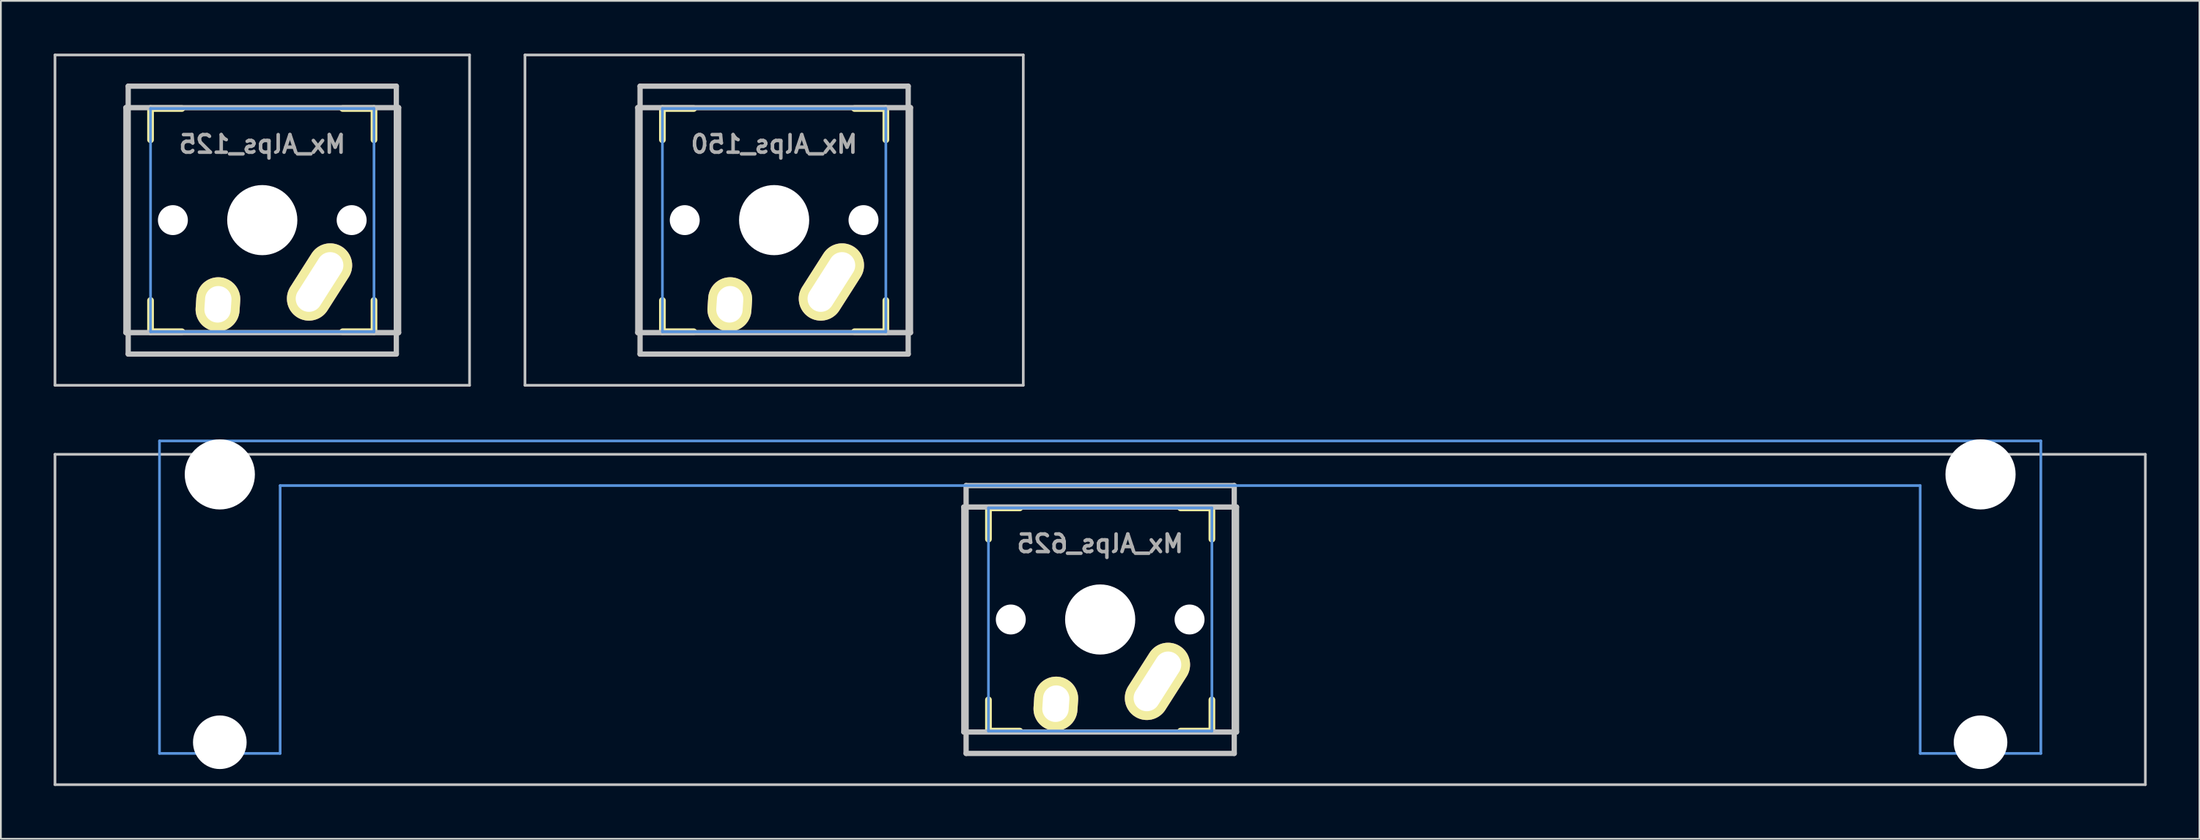
<source format=kicad_pcb>
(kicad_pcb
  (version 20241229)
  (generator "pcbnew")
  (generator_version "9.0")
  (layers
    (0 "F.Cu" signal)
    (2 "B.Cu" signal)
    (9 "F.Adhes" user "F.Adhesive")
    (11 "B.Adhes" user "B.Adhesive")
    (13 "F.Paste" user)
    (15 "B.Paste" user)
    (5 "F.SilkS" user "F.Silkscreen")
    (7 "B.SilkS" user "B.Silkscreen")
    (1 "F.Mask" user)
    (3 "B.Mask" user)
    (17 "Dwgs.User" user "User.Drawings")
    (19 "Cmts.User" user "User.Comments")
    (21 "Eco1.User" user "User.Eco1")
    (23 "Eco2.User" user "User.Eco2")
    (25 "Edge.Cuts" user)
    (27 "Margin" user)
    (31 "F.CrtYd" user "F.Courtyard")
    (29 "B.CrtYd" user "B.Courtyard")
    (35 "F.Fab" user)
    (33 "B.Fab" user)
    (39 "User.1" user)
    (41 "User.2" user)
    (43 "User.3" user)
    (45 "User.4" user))
  (footprint "Mx_Alps_150"
    (layer "F.Cu")
    (at 40.95 5.486)
    (property "Reference" "Mx_Alps_150" (at 0 -0.33 180) (layer "F.Fab") (effects (font (size 1 1) (thickness 0.2)) (justify mirror)))
    (attr through_hole)
    (fp_line (start -6.35 -2.362) (end -4.572 -2.362) (stroke (width 0.381) (type solid)) (layer "F.SilkS"))
    (fp_line (start -6.35 -0.584) (end -6.35 -2.362) (stroke (width 0.381) (type solid)) (layer "F.SilkS"))
    (fp_line (start -6.35 10.338) (end -6.35 8.56) (stroke (width 0.381) (type solid)) (layer "F.SilkS"))
    (fp_line (start -4.572 10.338) (end -6.35 10.338) (stroke (width 0.381) (type solid)) (layer "F.SilkS"))
    (fp_line (start 4.572 -2.362) (end 6.35 -2.362) (stroke (width 0.381) (type solid)) (layer "F.SilkS"))
    (fp_line (start 6.35 -2.362) (end 6.35 -0.584) (stroke (width 0.381) (type solid)) (layer "F.SilkS"))
    (fp_line (start 6.35 8.56) (end 6.35 10.338) (stroke (width 0.381) (type solid)) (layer "F.SilkS"))
    (fp_line (start 6.35 10.338) (end 4.572 10.338) (stroke (width 0.381) (type solid)) (layer "F.SilkS"))
    (fp_line (start -14.161 -5.41) (end 14.161 -5.41) (stroke (width 0.152) (type solid)) (layer "Dwgs.User"))
    (fp_line (start -14.161 13.386) (end -14.161 -5.41) (stroke (width 0.152) (type solid)) (layer "Dwgs.User"))
    (fp_line (start -7.75 -2.412) (end -7.75 10.388) (stroke (width 0.3) (type solid)) (layer "Dwgs.User"))
    (fp_line (start -7.75 10.388) (end 7.75 10.388) (stroke (width 0.3) (type solid)) (layer "Dwgs.User"))
    (fp_line (start -7.62 -3.632) (end 7.62 -3.632) (stroke (width 0.3) (type solid)) (layer "Dwgs.User"))
    (fp_line (start -7.62 11.608) (end -7.62 -3.632) (stroke (width 0.3) (type solid)) (layer "Dwgs.User"))
    (fp_line (start 7.62 -3.632) (end 7.62 11.608) (stroke (width 0.3) (type solid)) (layer "Dwgs.User"))
    (fp_line (start 7.62 11.608) (end -7.62 11.608) (stroke (width 0.3) (type solid)) (layer "Dwgs.User"))
    (fp_line (start 7.75 -2.412) (end -7.75 -2.412) (stroke (width 0.3) (type solid)) (layer "Dwgs.User"))
    (fp_line (start 7.75 -2.412) (end 7.75 10.388) (stroke (width 0.3) (type solid)) (layer "Dwgs.User"))
    (fp_line (start 14.161 -5.41) (end 14.161 13.386) (stroke (width 0.152) (type solid)) (layer "Dwgs.User"))
    (fp_line (start 14.161 13.386) (end -14.161 13.386) (stroke (width 0.152) (type solid)) (layer "Dwgs.User"))
    (fp_line (start -6.35 -2.362) (end 6.35 -2.362) (stroke (width 0.152) (type solid)) (layer "Cmts.User"))
    (fp_line (start -6.35 10.338) (end -6.35 -2.362) (stroke (width 0.152) (type solid)) (layer "Cmts.User"))
    (fp_line (start 6.35 -2.362) (end 6.35 10.338) (stroke (width 0.152) (type solid)) (layer "Cmts.User"))
    (fp_line (start 6.35 10.338) (end -6.35 10.338) (stroke (width 0.152) (type solid)) (layer "Cmts.User"))
    (fp_line (start -6.985 -2.997) (end 6.985 -2.997) (stroke (width 0.152) (type solid)) (layer "Eco2.User"))
    (fp_line (start -6.985 10.973) (end -6.985 -2.997) (stroke (width 0.152) (type solid)) (layer "Eco2.User"))
    (fp_line (start 6.985 -2.997) (end 6.985 10.973) (stroke (width 0.152) (type solid)) (layer "Eco2.User"))
    (fp_line (start 6.985 10.973) (end -6.985 10.973) (stroke (width 0.152) (type solid)) (layer "Eco2.User"))
    (pad "" np_thru_hole circle (at -5.08 3.988 180) (size 1.702 1.702) (drill 1.702) (layers "*.Cu" "*.Mask"))
    (pad "" np_thru_hole circle (at 0 3.988 180) (size 3.988 3.988) (drill 3.988) (layers "*.Cu" "*.Mask"))
    (pad "" np_thru_hole circle (at 5.08 3.988 180) (size 1.702 1.702) (drill 1.702) (layers "*.Cu" "*.Mask"))
    (pad "1" thru_hole oval (at 3.255 7.508 147.5) (size 2.5 4.75) (drill oval 1.5 3.75) (layers "*.Cu" "*.Mask" "F.SilkS"))
    (pad "2" thru_hole oval (at -2.52 8.778 176.1) (size 2.5 3.08) (drill oval 1.5 2.08) (layers "*.Cu" "*.Mask" "F.SilkS")))
  (footprint "Mx_Alps_125"
    (layer "F.Cu")
    (at 11.857 5.486)
    (property "Reference" "Mx_Alps_125" (at 0 -0.33 180) (layer "F.Fab") (effects (font (size 1 1) (thickness 0.2)) (justify mirror)))
    (attr through_hole)
    (fp_line (start -6.35 -2.362) (end -4.572 -2.362) (stroke (width 0.381) (type solid)) (layer "F.SilkS"))
    (fp_line (start -6.35 -0.584) (end -6.35 -2.362) (stroke (width 0.381) (type solid)) (layer "F.SilkS"))
    (fp_line (start -6.35 10.338) (end -6.35 8.56) (stroke (width 0.381) (type solid)) (layer "F.SilkS"))
    (fp_line (start -4.572 10.338) (end -6.35 10.338) (stroke (width 0.381) (type solid)) (layer "F.SilkS"))
    (fp_line (start 4.572 -2.362) (end 6.35 -2.362) (stroke (width 0.381) (type solid)) (layer "F.SilkS"))
    (fp_line (start 6.35 -2.362) (end 6.35 -0.584) (stroke (width 0.381) (type solid)) (layer "F.SilkS"))
    (fp_line (start 6.35 8.56) (end 6.35 10.338) (stroke (width 0.381) (type solid)) (layer "F.SilkS"))
    (fp_line (start 6.35 10.338) (end 4.572 10.338) (stroke (width 0.381) (type solid)) (layer "F.SilkS"))
    (fp_line (start -11.781 -5.41) (end 11.781 -5.41) (stroke (width 0.152) (type solid)) (layer "Dwgs.User"))
    (fp_line (start -11.781 13.386) (end -11.781 -5.41) (stroke (width 0.152) (type solid)) (layer "Dwgs.User"))
    (fp_line (start -7.75 -2.412) (end -7.75 10.388) (stroke (width 0.3) (type solid)) (layer "Dwgs.User"))
    (fp_line (start -7.75 10.388) (end 7.75 10.388) (stroke (width 0.3) (type solid)) (layer "Dwgs.User"))
    (fp_line (start -7.62 -3.632) (end 7.62 -3.632) (stroke (width 0.3) (type solid)) (layer "Dwgs.User"))
    (fp_line (start -7.62 11.608) (end -7.62 -3.632) (stroke (width 0.3) (type solid)) (layer "Dwgs.User"))
    (fp_line (start 7.62 -3.632) (end 7.62 11.608) (stroke (width 0.3) (type solid)) (layer "Dwgs.User"))
    (fp_line (start 7.62 11.608) (end -7.62 11.608) (stroke (width 0.3) (type solid)) (layer "Dwgs.User"))
    (fp_line (start 7.75 -2.412) (end -7.75 -2.412) (stroke (width 0.3) (type solid)) (layer "Dwgs.User"))
    (fp_line (start 7.75 -2.412) (end 7.75 10.388) (stroke (width 0.3) (type solid)) (layer "Dwgs.User"))
    (fp_line (start 11.781 -5.41) (end 11.781 13.386) (stroke (width 0.152) (type solid)) (layer "Dwgs.User"))
    (fp_line (start 11.781 13.386) (end -11.781 13.386) (stroke (width 0.152) (type solid)) (layer "Dwgs.User"))
    (fp_line (start -6.35 -2.362) (end 6.35 -2.362) (stroke (width 0.152) (type solid)) (layer "Cmts.User"))
    (fp_line (start -6.35 10.338) (end -6.35 -2.362) (stroke (width 0.152) (type solid)) (layer "Cmts.User"))
    (fp_line (start 6.35 -2.362) (end 6.35 10.338) (stroke (width 0.152) (type solid)) (layer "Cmts.User"))
    (fp_line (start 6.35 10.338) (end -6.35 10.338) (stroke (width 0.152) (type solid)) (layer "Cmts.User"))
    (fp_line (start -6.985 -2.997) (end 6.985 -2.997) (stroke (width 0.152) (type solid)) (layer "Eco2.User"))
    (fp_line (start -6.985 10.973) (end -6.985 -2.997) (stroke (width 0.152) (type solid)) (layer "Eco2.User"))
    (fp_line (start 6.985 -2.997) (end 6.985 10.973) (stroke (width 0.152) (type solid)) (layer "Eco2.User"))
    (fp_line (start 6.985 10.973) (end -6.985 10.973) (stroke (width 0.152) (type solid)) (layer "Eco2.User"))
    (pad "" np_thru_hole circle (at -5.08 3.988 180) (size 1.702 1.702) (drill 1.702) (layers "*.Cu" "*.Mask"))
    (pad "" np_thru_hole circle (at 0 3.988 180) (size 3.988 3.988) (drill 3.988) (layers "*.Cu" "*.Mask"))
    (pad "" np_thru_hole circle (at 5.08 3.988 180) (size 1.702 1.702) (drill 1.702) (layers "*.Cu" "*.Mask"))
    (pad "1" thru_hole oval (at 3.255 7.508 147.5) (size 2.5 4.75) (drill oval 1.5 3.75) (layers "*.Cu" "*.Mask" "F.SilkS"))
    (pad "2" thru_hole oval (at -2.52 8.778 176.1) (size 2.5 3.08) (drill oval 1.5 2.08) (layers "*.Cu" "*.Mask" "F.SilkS")))
  (footprint "Mx_Alps_625"
    (layer "F.Cu")
    (at 59.482 28.209)
    (property "Reference" "Mx_Alps_625" (at 0 -0.33 180) (layer "F.Fab") (effects (font (size 1 1) (thickness 0.2)) (justify mirror)))
    (attr through_hole)
    (fp_line (start -6.35 -2.362) (end -4.572 -2.362) (stroke (width 0.381) (type solid)) (layer "F.SilkS"))
    (fp_line (start -6.35 -0.584) (end -6.35 -2.362) (stroke (width 0.381) (type solid)) (layer "F.SilkS"))
    (fp_line (start -6.35 10.338) (end -6.35 8.56) (stroke (width 0.381) (type solid)) (layer "F.SilkS"))
    (fp_line (start -4.572 10.338) (end -6.35 10.338) (stroke (width 0.381) (type solid)) (layer "F.SilkS"))
    (fp_line (start 4.572 -2.362) (end 6.35 -2.362) (stroke (width 0.381) (type solid)) (layer "F.SilkS"))
    (fp_line (start 6.35 -2.362) (end 6.35 -0.584) (stroke (width 0.381) (type solid)) (layer "F.SilkS"))
    (fp_line (start 6.35 8.56) (end 6.35 10.338) (stroke (width 0.381) (type solid)) (layer "F.SilkS"))
    (fp_line (start 6.35 10.338) (end 4.572 10.338) (stroke (width 0.381) (type solid)) (layer "F.SilkS"))
    (fp_line (start -59.406 -5.41) (end 59.406 -5.41) (stroke (width 0.152) (type solid)) (layer "Dwgs.User"))
    (fp_line (start -59.406 13.386) (end -59.406 -5.41) (stroke (width 0.152) (type solid)) (layer "Dwgs.User"))
    (fp_line (start -7.75 -2.412) (end -7.75 10.388) (stroke (width 0.3) (type solid)) (layer "Dwgs.User"))
    (fp_line (start -7.75 10.388) (end 7.75 10.388) (stroke (width 0.3) (type solid)) (layer "Dwgs.User"))
    (fp_line (start -7.62 -3.632) (end 7.62 -3.632) (stroke (width 0.3) (type solid)) (layer "Dwgs.User"))
    (fp_line (start -7.62 11.608) (end -7.62 -3.632) (stroke (width 0.3) (type solid)) (layer "Dwgs.User"))
    (fp_line (start 7.62 -3.632) (end 7.62 11.608) (stroke (width 0.3) (type solid)) (layer "Dwgs.User"))
    (fp_line (start 7.62 11.608) (end -7.62 11.608) (stroke (width 0.3) (type solid)) (layer "Dwgs.User"))
    (fp_line (start 7.75 -2.412) (end -7.75 -2.412) (stroke (width 0.3) (type solid)) (layer "Dwgs.User"))
    (fp_line (start 7.75 -2.412) (end 7.75 10.388) (stroke (width 0.3) (type solid)) (layer "Dwgs.User"))
    (fp_line (start 59.406 -5.41) (end 59.406 13.386) (stroke (width 0.152) (type solid)) (layer "Dwgs.User"))
    (fp_line (start 59.406 13.386) (end -59.406 13.386) (stroke (width 0.152) (type solid)) (layer "Dwgs.User"))
    (fp_line (start -53.467 -6.172) (end -53.467 11.608) (stroke (width 0.152) (type solid)) (layer "Cmts.User"))
    (fp_line (start -53.467 11.608) (end -46.609 11.608) (stroke (width 0.152) (type solid)) (layer "Cmts.User"))
    (fp_line (start -46.609 -3.632) (end 46.609 -3.632) (stroke (width 0.152) (type solid)) (layer "Cmts.User"))
    (fp_line (start -46.609 11.608) (end -46.609 -3.632) (stroke (width 0.152) (type solid)) (layer "Cmts.User"))
    (fp_line (start -6.35 -2.362) (end 6.35 -2.362) (stroke (width 0.152) (type solid)) (layer "Cmts.User"))
    (fp_line (start -6.35 10.338) (end -6.35 -2.362) (stroke (width 0.152) (type solid)) (layer "Cmts.User"))
    (fp_line (start 6.35 -2.362) (end 6.35 10.338) (stroke (width 0.152) (type solid)) (layer "Cmts.User"))
    (fp_line (start 6.35 10.338) (end -6.35 10.338) (stroke (width 0.152) (type solid)) (layer "Cmts.User"))
    (fp_line (start 46.609 -3.632) (end 46.609 11.608) (stroke (width 0.152) (type solid)) (layer "Cmts.User"))
    (fp_line (start 46.609 11.608) (end 53.467 11.608) (stroke (width 0.152) (type solid)) (layer "Cmts.User"))
    (fp_line (start 53.467 -6.172) (end -53.467 -6.172) (stroke (width 0.152) (type solid)) (layer "Cmts.User"))
    (fp_line (start 53.467 11.608) (end 53.467 -6.172) (stroke (width 0.152) (type solid)) (layer "Cmts.User"))
    (fp_line (start -54.229 3.48) (end -53.365 3.48) (stroke (width 0.152) (type solid)) (layer "Eco2.User"))
    (fp_line (start -54.229 6.274) (end -54.229 3.48) (stroke (width 0.152) (type solid)) (layer "Eco2.User"))
    (fp_line (start -53.365 -2.616) (end -52.324 -2.616) (stroke (width 0.152) (type solid)) (layer "Eco2.User"))
    (fp_line (start -53.365 3.48) (end -53.365 -2.616) (stroke (width 0.152) (type solid)) (layer "Eco2.User"))
    (fp_line (start -53.365 6.274) (end -54.229 6.274) (stroke (width 0.152) (type solid)) (layer "Eco2.User"))
    (fp_line (start -53.365 9.677) (end -53.365 6.274) (stroke (width 0.152) (type solid)) (layer "Eco2.User"))
    (fp_line (start -52.324 -3.785) (end -47.752 -3.785) (stroke (width 0.152) (type solid)) (layer "Eco2.User"))
    (fp_line (start -52.324 -2.616) (end -52.324 -3.785) (stroke (width 0.152) (type solid)) (layer "Eco2.User"))
    (fp_line (start -47.752 -3.785) (end -47.752 -2.616) (stroke (width 0.152) (type solid)) (layer "Eco2.User"))
    (fp_line (start -47.752 -2.616) (end -46.711 -2.616) (stroke (width 0.152) (type solid)) (layer "Eco2.User"))
    (fp_line (start -46.711 -2.616) (end -46.711 1.702) (stroke (width 0.152) (type solid)) (layer "Eco2.User"))
    (fp_line (start -46.711 1.702) (end -6.985 1.702) (stroke (width 0.152) (type solid)) (layer "Eco2.User"))
    (fp_line (start -46.711 6.274) (end -46.711 9.677) (stroke (width 0.152) (type solid)) (layer "Eco2.User"))
    (fp_line (start -46.711 9.677) (end -53.365 9.677) (stroke (width 0.152) (type solid)) (layer "Eco2.User"))
    (fp_line (start -6.985 -2.997) (end 6.985 -2.997) (stroke (width 0.152) (type solid)) (layer "Eco2.User"))
    (fp_line (start -6.985 1.702) (end -6.985 -2.997) (stroke (width 0.152) (type solid)) (layer "Eco2.User"))
    (fp_line (start -6.985 6.274) (end -46.711 6.274) (stroke (width 0.152) (type solid)) (layer "Eco2.User"))
    (fp_line (start -6.985 10.973) (end -6.985 6.274) (stroke (width 0.152) (type solid)) (layer "Eco2.User"))
    (fp_line (start 6.985 -2.997) (end 6.985 1.702) (stroke (width 0.152) (type solid)) (layer "Eco2.User"))
    (fp_line (start 6.985 1.702) (end 46.711 1.702) (stroke (width 0.152) (type solid)) (layer "Eco2.User"))
    (fp_line (start 6.985 6.274) (end 6.985 10.973) (stroke (width 0.152) (type solid)) (layer "Eco2.User"))
    (fp_line (start 6.985 10.973) (end -6.985 10.973) (stroke (width 0.152) (type solid)) (layer "Eco2.User"))
    (fp_line (start 46.711 -2.616) (end 47.752 -2.616) (stroke (width 0.152) (type solid)) (layer "Eco2.User"))
    (fp_line (start 46.711 1.702) (end 46.711 -2.616) (stroke (width 0.152) (type solid)) (layer "Eco2.User"))
    (fp_line (start 46.711 6.274) (end 6.985 6.274) (stroke (width 0.152) (type solid)) (layer "Eco2.User"))
    (fp_line (start 46.711 9.677) (end 46.711 6.274) (stroke (width 0.152) (type solid)) (layer "Eco2.User"))
    (fp_line (start 47.752 -3.785) (end 52.324 -3.785) (stroke (width 0.152) (type solid)) (layer "Eco2.User"))
    (fp_line (start 47.752 -2.616) (end 47.752 -3.785) (stroke (width 0.152) (type solid)) (layer "Eco2.User"))
    (fp_line (start 52.324 -3.785) (end 52.324 -2.616) (stroke (width 0.152) (type solid)) (layer "Eco2.User"))
    (fp_line (start 52.324 -2.616) (end 53.365 -2.616) (stroke (width 0.152) (type solid)) (layer "Eco2.User"))
    (fp_line (start 53.365 -2.616) (end 53.365 3.48) (stroke (width 0.152) (type solid)) (layer "Eco2.User"))
    (fp_line (start 53.365 3.48) (end 54.229 3.48) (stroke (width 0.152) (type solid)) (layer "Eco2.User"))
    (fp_line (start 53.365 6.274) (end 53.365 9.677) (stroke (width 0.152) (type solid)) (layer "Eco2.User"))
    (fp_line (start 53.365 9.677) (end 46.711 9.677) (stroke (width 0.152) (type solid)) (layer "Eco2.User"))
    (fp_line (start 54.229 3.48) (end 54.229 6.274) (stroke (width 0.152) (type solid)) (layer "Eco2.User"))
    (fp_line (start 54.229 6.274) (end 53.365 6.274) (stroke (width 0.152) (type solid)) (layer "Eco2.User"))
    (pad "" np_thru_hole circle (at -50.038 -4.267 180) (size 3.988 3.988) (drill 3.988) (layers "*.Cu" "*.Mask"))
    (pad "" np_thru_hole circle (at -50.038 10.973 180) (size 3.048 3.048) (drill 3.048) (layers "*.Cu" "*.Mask"))
    (pad "" np_thru_hole circle (at -5.08 3.988 180) (size 1.702 1.702) (drill 1.702) (layers "*.Cu" "*.Mask"))
    (pad "" np_thru_hole circle (at 0 3.988 180) (size 3.988 3.988) (drill 3.988) (layers "*.Cu" "*.Mask"))
    (pad "" np_thru_hole circle (at 5.08 3.988 180) (size 1.702 1.702) (drill 1.702) (layers "*.Cu" "*.Mask"))
    (pad "" np_thru_hole circle (at 50.038 -4.267 180) (size 3.988 3.988) (drill 3.988) (layers "*.Cu" "*.Mask"))
    (pad "" np_thru_hole circle (at 50.038 10.973 180) (size 3.048 3.048) (drill 3.048) (layers "*.Cu" "*.Mask"))
    (pad "1" thru_hole oval (at 3.255 7.508 147.5) (size 2.5 4.75) (drill oval 1.5 3.75) (layers "*.Cu" "*.Mask" "F.SilkS"))
    (pad "2" thru_hole oval (at -2.52 8.778 176.1) (size 2.5 3.08) (drill oval 1.5 2.08) (layers "*.Cu" "*.Mask" "F.SilkS")))
  (gr_rect
    (start -3 -3)
    (end 121.963 44.672)
    (stroke (width 0.1) (type default))
    (fill no)
    (layer "Edge.Cuts")))
</source>
